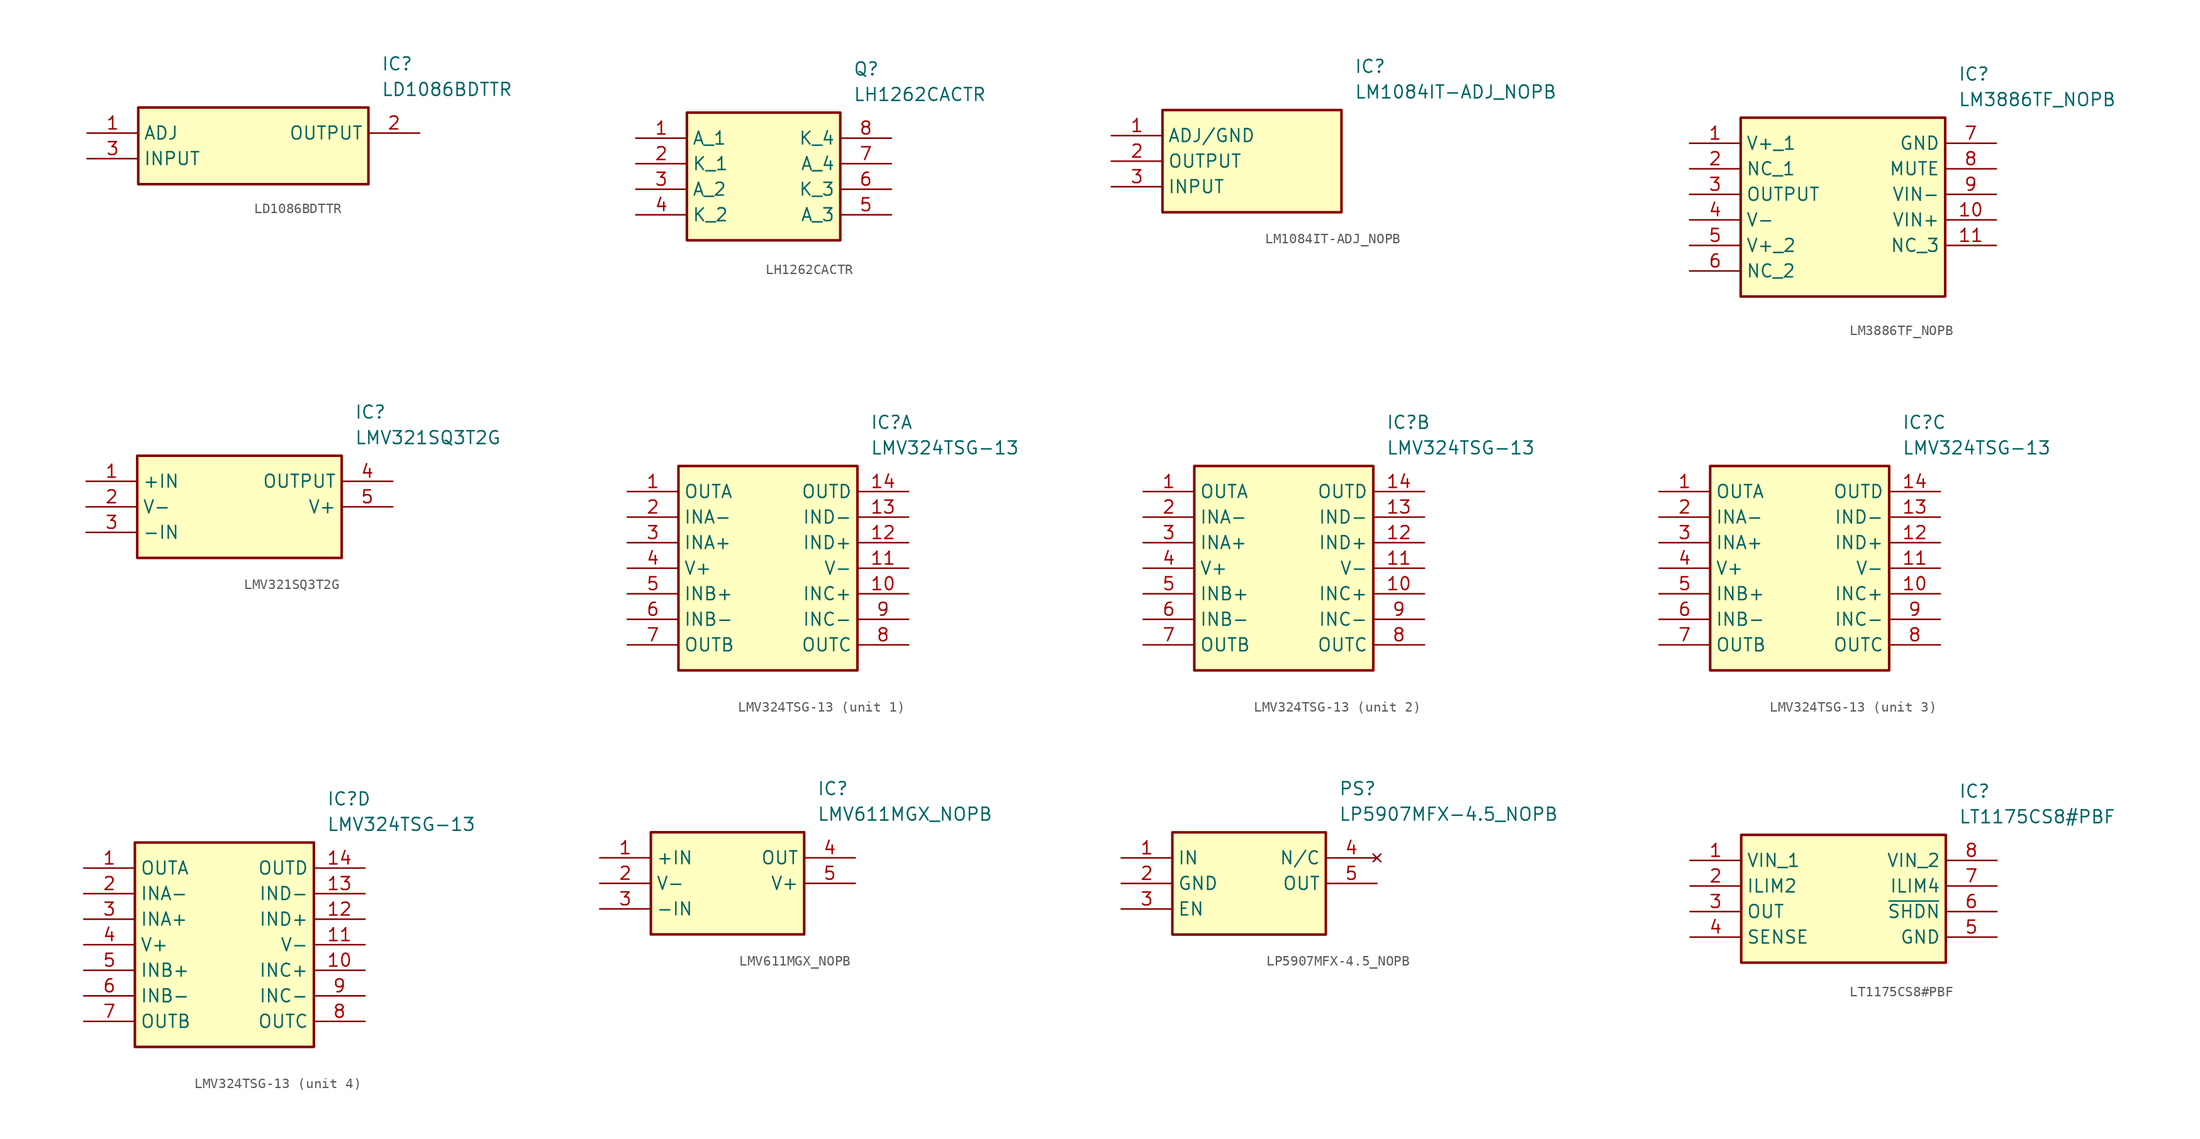
<source format=kicad_sym>
(kicad_symbol_lib
  (version 20241209)
  (generator "kicad_symbol_editor")
  (generator_version "9.0")
  (symbol "LD1086BDTTR"
    (property "Reference" "IC"
      (at 29.21 7.62 0)
      (effects (font (size 1.27 1.27)) (justify left top)))
    (property "Value" "LD1086BDTTR"
      (at 29.21 5.08 0)
      (effects (font (size 1.27 1.27)) (justify left top)))
    (symbol "LD1086BDTTR_1_1"
      (rectangle (start 5.08 2.54) (end 27.94 -5.08) (stroke (width 0.254) (type default)) (fill (type background)))
      (pin passive line (at 0 0 0) (length 5.08) (name "ADJ" (effects (font (size 1.27 1.27)))) (number "1" (effects (font (size 1.27 1.27)))))
      (pin passive line (at 0 -2.54 0) (length 5.08) (name "INPUT" (effects (font (size 1.27 1.27)))) (number "3" (effects (font (size 1.27 1.27)))))
      (pin passive line (at 33.02 0 180) (length 5.08) (name "OUTPUT" (effects (font (size 1.27 1.27)))) (number "2" (effects (font (size 1.27 1.27)))))))
  (symbol "LH1262CACTR"
    (property "Reference" "Q"
      (at 21.59 7.62 0)
      (effects (font (size 1.27 1.27)) (justify left top)))
    (property "Value" "LH1262CACTR"
      (at 21.59 5.08 0)
      (effects (font (size 1.27 1.27)) (justify left top)))
    (symbol "LH1262CACTR_1_1"
      (rectangle (start 5.08 2.54) (end 20.32 -10.16) (stroke (width 0.254) (type default)) (fill (type background)))
      (pin passive line (at 0 0 0) (length 5.08) (name "A_1" (effects (font (size 1.27 1.27)))) (number "1" (effects (font (size 1.27 1.27)))))
      (pin passive line (at 0 -2.54 0) (length 5.08) (name "K_1" (effects (font (size 1.27 1.27)))) (number "2" (effects (font (size 1.27 1.27)))))
      (pin passive line (at 0 -5.08 0) (length 5.08) (name "A_2" (effects (font (size 1.27 1.27)))) (number "3" (effects (font (size 1.27 1.27)))))
      (pin passive line (at 0 -7.62 0) (length 5.08) (name "K_2" (effects (font (size 1.27 1.27)))) (number "4" (effects (font (size 1.27 1.27)))))
      (pin passive line (at 25.4 0 180) (length 5.08) (name "K_4" (effects (font (size 1.27 1.27)))) (number "8" (effects (font (size 1.27 1.27)))))
      (pin passive line (at 25.4 -2.54 180) (length 5.08) (name "A_4" (effects (font (size 1.27 1.27)))) (number "7" (effects (font (size 1.27 1.27)))))
      (pin passive line (at 25.4 -5.08 180) (length 5.08) (name "K_3" (effects (font (size 1.27 1.27)))) (number "6" (effects (font (size 1.27 1.27)))))
      (pin passive line (at 25.4 -7.62 180) (length 5.08) (name "A_3" (effects (font (size 1.27 1.27)))) (number "5" (effects (font (size 1.27 1.27)))))))
  (symbol "LM1084IT-ADJ_NOPB"
    (property "Reference" "IC"
      (at 24.13 7.62 0)
      (effects (font (size 1.27 1.27)) (justify left top)))
    (property "Value" "LM1084IT-ADJ_NOPB"
      (at 24.13 5.08 0)
      (effects (font (size 1.27 1.27)) (justify left top)))
    (symbol "LM1084IT-ADJ_NOPB_1_1"
      (rectangle (start 5.08 2.54) (end 22.86 -7.62) (stroke (width 0.254) (type default)) (fill (type background)))
      (pin passive line (at 0 0 0) (length 5.08) (name "ADJ/GND" (effects (font (size 1.27 1.27)))) (number "1" (effects (font (size 1.27 1.27)))))
      (pin passive line (at 0 -2.54 0) (length 5.08) (name "OUTPUT" (effects (font (size 1.27 1.27)))) (number "2" (effects (font (size 1.27 1.27)))))
      (pin passive line (at 0 -5.08 0) (length 5.08) (name "INPUT" (effects (font (size 1.27 1.27)))) (number "3" (effects (font (size 1.27 1.27)))))))
  (symbol "LM3886TF_NOPB"
    (property "Reference" "IC"
      (at 26.67 7.62 0)
      (effects (font (size 1.27 1.27)) (justify left top)))
    (property "Value" "LM3886TF_NOPB"
      (at 26.67 5.08 0)
      (effects (font (size 1.27 1.27)) (justify left top)))
    (symbol "LM3886TF_NOPB_1_1"
      (rectangle (start 5.08 2.54) (end 25.4 -15.24) (stroke (width 0.254) (type default)) (fill (type background)))
      (pin passive line (at 0 0 0) (length 5.08) (name "V+_1" (effects (font (size 1.27 1.27)))) (number "1" (effects (font (size 1.27 1.27)))))
      (pin passive line (at 0 -2.54 0) (length 5.08) (name "NC_1" (effects (font (size 1.27 1.27)))) (number "2" (effects (font (size 1.27 1.27)))))
      (pin passive line (at 0 -5.08 0) (length 5.08) (name "OUTPUT" (effects (font (size 1.27 1.27)))) (number "3" (effects (font (size 1.27 1.27)))))
      (pin passive line (at 0 -7.62 0) (length 5.08) (name "V-" (effects (font (size 1.27 1.27)))) (number "4" (effects (font (size 1.27 1.27)))))
      (pin passive line (at 0 -10.16 0) (length 5.08) (name "V+_2" (effects (font (size 1.27 1.27)))) (number "5" (effects (font (size 1.27 1.27)))))
      (pin passive line (at 0 -12.7 0) (length 5.08) (name "NC_2" (effects (font (size 1.27 1.27)))) (number "6" (effects (font (size 1.27 1.27)))))
      (pin passive line (at 30.48 0 180) (length 5.08) (name "GND" (effects (font (size 1.27 1.27)))) (number "7" (effects (font (size 1.27 1.27)))))
      (pin passive line (at 30.48 -2.54 180) (length 5.08) (name "MUTE" (effects (font (size 1.27 1.27)))) (number "8" (effects (font (size 1.27 1.27)))))
      (pin passive line (at 30.48 -5.08 180) (length 5.08) (name "VIN-" (effects (font (size 1.27 1.27)))) (number "9" (effects (font (size 1.27 1.27)))))
      (pin passive line (at 30.48 -7.62 180) (length 5.08) (name "VIN+" (effects (font (size 1.27 1.27)))) (number "10" (effects (font (size 1.27 1.27)))))
      (pin passive line (at 30.48 -10.16 180) (length 5.08) (name "NC_3" (effects (font (size 1.27 1.27)))) (number "11" (effects (font (size 1.27 1.27)))))))
  (symbol "LMV321SQ3T2G"
    (property "Reference" "IC"
      (at 26.67 7.62 0)
      (effects (font (size 1.27 1.27)) (justify left top)))
    (property "Value" "LMV321SQ3T2G"
      (at 26.67 5.08 0)
      (effects (font (size 1.27 1.27)) (justify left top)))
    (symbol "LMV321SQ3T2G_1_1"
      (rectangle (start 5.08 2.54) (end 25.4 -7.62) (stroke (width 0.254) (type default)) (fill (type background)))
      (pin passive line (at 0 0 0) (length 5.08) (name "+IN" (effects (font (size 1.27 1.27)))) (number "1" (effects (font (size 1.27 1.27)))))
      (pin passive line (at 0 -2.54 0) (length 5.08) (name "V-" (effects (font (size 1.27 1.27)))) (number "2" (effects (font (size 1.27 1.27)))))
      (pin passive line (at 0 -5.08 0) (length 5.08) (name "-IN" (effects (font (size 1.27 1.27)))) (number "3" (effects (font (size 1.27 1.27)))))
      (pin passive line (at 30.48 0 180) (length 5.08) (name "OUTPUT" (effects (font (size 1.27 1.27)))) (number "4" (effects (font (size 1.27 1.27)))))
      (pin passive line (at 30.48 -2.54 180) (length 5.08) (name "V+" (effects (font (size 1.27 1.27)))) (number "5" (effects (font (size 1.27 1.27)))))))
  (symbol "LMV324TSG-13"
    (property "Reference" "IC"
      (at 24.13 7.62 0)
      (effects (font (size 1.27 1.27)) (justify left top)))
    (property "Value" "LMV324TSG-13"
      (at 24.13 5.08 0)
      (effects (font (size 1.27 1.27)) (justify left top)))
    (symbol "LMV324TSG-13_1_1"
      (rectangle (start 5.08 2.54) (end 22.86 -17.78) (stroke (width 0.254) (type default)) (fill (type background)))
      (pin passive line (at 0 0 0) (length 5.08) (name "OUTA" (effects (font (size 1.27 1.27)))) (number "1" (effects (font (size 1.27 1.27)))))
      (pin passive line (at 0 -2.54 0) (length 5.08) (name "INA-" (effects (font (size 1.27 1.27)))) (number "2" (effects (font (size 1.27 1.27)))))
      (pin passive line (at 0 -5.08 0) (length 5.08) (name "INA+" (effects (font (size 1.27 1.27)))) (number "3" (effects (font (size 1.27 1.27)))))
      (pin passive line (at 0 -7.62 0) (length 5.08) (name "V+" (effects (font (size 1.27 1.27)))) (number "4" (effects (font (size 1.27 1.27)))))
      (pin passive line (at 0 -10.16 0) (length 5.08) (name "INB+" (effects (font (size 1.27 1.27)))) (number "5" (effects (font (size 1.27 1.27)))))
      (pin passive line (at 0 -12.7 0) (length 5.08) (name "INB-" (effects (font (size 1.27 1.27)))) (number "6" (effects (font (size 1.27 1.27)))))
      (pin passive line (at 0 -15.24 0) (length 5.08) (name "OUTB" (effects (font (size 1.27 1.27)))) (number "7" (effects (font (size 1.27 1.27)))))
      (pin passive line (at 27.94 0 180) (length 5.08) (name "OUTD" (effects (font (size 1.27 1.27)))) (number "14" (effects (font (size 1.27 1.27)))))
      (pin passive line (at 27.94 -2.54 180) (length 5.08) (name "IND-" (effects (font (size 1.27 1.27)))) (number "13" (effects (font (size 1.27 1.27)))))
      (pin passive line (at 27.94 -5.08 180) (length 5.08) (name "IND+" (effects (font (size 1.27 1.27)))) (number "12" (effects (font (size 1.27 1.27)))))
      (pin passive line (at 27.94 -7.62 180) (length 5.08) (name "V-" (effects (font (size 1.27 1.27)))) (number "11" (effects (font (size 1.27 1.27)))))
      (pin passive line (at 27.94 -10.16 180) (length 5.08) (name "INC+" (effects (font (size 1.27 1.27)))) (number "10" (effects (font (size 1.27 1.27)))))
      (pin passive line (at 27.94 -12.7 180) (length 5.08) (name "INC-" (effects (font (size 1.27 1.27)))) (number "9" (effects (font (size 1.27 1.27)))))
      (pin passive line (at 27.94 -15.24 180) (length 5.08) (name "OUTC" (effects (font (size 1.27 1.27)))) (number "8" (effects (font (size 1.27 1.27))))))
    (symbol "LMV324TSG-13_2_1"
      (rectangle (start 5.08 2.54) (end 22.86 -17.78) (stroke (width 0.254) (type default)) (fill (type background)))
      (pin passive line (at 0 0 0) (length 5.08) (name "OUTA" (effects (font (size 1.27 1.27)))) (number "1" (effects (font (size 1.27 1.27)))))
      (pin passive line (at 0 -2.54 0) (length 5.08) (name "INA-" (effects (font (size 1.27 1.27)))) (number "2" (effects (font (size 1.27 1.27)))))
      (pin passive line (at 0 -5.08 0) (length 5.08) (name "INA+" (effects (font (size 1.27 1.27)))) (number "3" (effects (font (size 1.27 1.27)))))
      (pin passive line (at 0 -7.62 0) (length 5.08) (name "V+" (effects (font (size 1.27 1.27)))) (number "4" (effects (font (size 1.27 1.27)))))
      (pin passive line (at 0 -10.16 0) (length 5.08) (name "INB+" (effects (font (size 1.27 1.27)))) (number "5" (effects (font (size 1.27 1.27)))))
      (pin passive line (at 0 -12.7 0) (length 5.08) (name "INB-" (effects (font (size 1.27 1.27)))) (number "6" (effects (font (size 1.27 1.27)))))
      (pin passive line (at 0 -15.24 0) (length 5.08) (name "OUTB" (effects (font (size 1.27 1.27)))) (number "7" (effects (font (size 1.27 1.27)))))
      (pin passive line (at 27.94 0 180) (length 5.08) (name "OUTD" (effects (font (size 1.27 1.27)))) (number "14" (effects (font (size 1.27 1.27)))))
      (pin passive line (at 27.94 -2.54 180) (length 5.08) (name "IND-" (effects (font (size 1.27 1.27)))) (number "13" (effects (font (size 1.27 1.27)))))
      (pin passive line (at 27.94 -5.08 180) (length 5.08) (name "IND+" (effects (font (size 1.27 1.27)))) (number "12" (effects (font (size 1.27 1.27)))))
      (pin passive line (at 27.94 -7.62 180) (length 5.08) (name "V-" (effects (font (size 1.27 1.27)))) (number "11" (effects (font (size 1.27 1.27)))))
      (pin passive line (at 27.94 -10.16 180) (length 5.08) (name "INC+" (effects (font (size 1.27 1.27)))) (number "10" (effects (font (size 1.27 1.27)))))
      (pin passive line (at 27.94 -12.7 180) (length 5.08) (name "INC-" (effects (font (size 1.27 1.27)))) (number "9" (effects (font (size 1.27 1.27)))))
      (pin passive line (at 27.94 -15.24 180) (length 5.08) (name "OUTC" (effects (font (size 1.27 1.27)))) (number "8" (effects (font (size 1.27 1.27))))))
    (symbol "LMV324TSG-13_3_1"
      (rectangle (start 5.08 2.54) (end 22.86 -17.78) (stroke (width 0.254) (type default)) (fill (type background)))
      (pin passive line (at 0 0 0) (length 5.08) (name "OUTA" (effects (font (size 1.27 1.27)))) (number "1" (effects (font (size 1.27 1.27)))))
      (pin passive line (at 0 -2.54 0) (length 5.08) (name "INA-" (effects (font (size 1.27 1.27)))) (number "2" (effects (font (size 1.27 1.27)))))
      (pin passive line (at 0 -5.08 0) (length 5.08) (name "INA+" (effects (font (size 1.27 1.27)))) (number "3" (effects (font (size 1.27 1.27)))))
      (pin passive line (at 0 -7.62 0) (length 5.08) (name "V+" (effects (font (size 1.27 1.27)))) (number "4" (effects (font (size 1.27 1.27)))))
      (pin passive line (at 0 -10.16 0) (length 5.08) (name "INB+" (effects (font (size 1.27 1.27)))) (number "5" (effects (font (size 1.27 1.27)))))
      (pin passive line (at 0 -12.7 0) (length 5.08) (name "INB-" (effects (font (size 1.27 1.27)))) (number "6" (effects (font (size 1.27 1.27)))))
      (pin passive line (at 0 -15.24 0) (length 5.08) (name "OUTB" (effects (font (size 1.27 1.27)))) (number "7" (effects (font (size 1.27 1.27)))))
      (pin passive line (at 27.94 0 180) (length 5.08) (name "OUTD" (effects (font (size 1.27 1.27)))) (number "14" (effects (font (size 1.27 1.27)))))
      (pin passive line (at 27.94 -2.54 180) (length 5.08) (name "IND-" (effects (font (size 1.27 1.27)))) (number "13" (effects (font (size 1.27 1.27)))))
      (pin passive line (at 27.94 -5.08 180) (length 5.08) (name "IND+" (effects (font (size 1.27 1.27)))) (number "12" (effects (font (size 1.27 1.27)))))
      (pin passive line (at 27.94 -7.62 180) (length 5.08) (name "V-" (effects (font (size 1.27 1.27)))) (number "11" (effects (font (size 1.27 1.27)))))
      (pin passive line (at 27.94 -10.16 180) (length 5.08) (name "INC+" (effects (font (size 1.27 1.27)))) (number "10" (effects (font (size 1.27 1.27)))))
      (pin passive line (at 27.94 -12.7 180) (length 5.08) (name "INC-" (effects (font (size 1.27 1.27)))) (number "9" (effects (font (size 1.27 1.27)))))
      (pin passive line (at 27.94 -15.24 180) (length 5.08) (name "OUTC" (effects (font (size 1.27 1.27)))) (number "8" (effects (font (size 1.27 1.27))))))
    (symbol "LMV324TSG-13_4_1"
      (rectangle (start 5.08 2.54) (end 22.86 -17.78) (stroke (width 0.254) (type default)) (fill (type background)))
      (pin passive line (at 0 0 0) (length 5.08) (name "OUTA" (effects (font (size 1.27 1.27)))) (number "1" (effects (font (size 1.27 1.27)))))
      (pin passive line (at 0 -2.54 0) (length 5.08) (name "INA-" (effects (font (size 1.27 1.27)))) (number "2" (effects (font (size 1.27 1.27)))))
      (pin passive line (at 0 -5.08 0) (length 5.08) (name "INA+" (effects (font (size 1.27 1.27)))) (number "3" (effects (font (size 1.27 1.27)))))
      (pin passive line (at 0 -7.62 0) (length 5.08) (name "V+" (effects (font (size 1.27 1.27)))) (number "4" (effects (font (size 1.27 1.27)))))
      (pin passive line (at 0 -10.16 0) (length 5.08) (name "INB+" (effects (font (size 1.27 1.27)))) (number "5" (effects (font (size 1.27 1.27)))))
      (pin passive line (at 0 -12.7 0) (length 5.08) (name "INB-" (effects (font (size 1.27 1.27)))) (number "6" (effects (font (size 1.27 1.27)))))
      (pin passive line (at 0 -15.24 0) (length 5.08) (name "OUTB" (effects (font (size 1.27 1.27)))) (number "7" (effects (font (size 1.27 1.27)))))
      (pin passive line (at 27.94 0 180) (length 5.08) (name "OUTD" (effects (font (size 1.27 1.27)))) (number "14" (effects (font (size 1.27 1.27)))))
      (pin passive line (at 27.94 -2.54 180) (length 5.08) (name "IND-" (effects (font (size 1.27 1.27)))) (number "13" (effects (font (size 1.27 1.27)))))
      (pin passive line (at 27.94 -5.08 180) (length 5.08) (name "IND+" (effects (font (size 1.27 1.27)))) (number "12" (effects (font (size 1.27 1.27)))))
      (pin passive line (at 27.94 -7.62 180) (length 5.08) (name "V-" (effects (font (size 1.27 1.27)))) (number "11" (effects (font (size 1.27 1.27)))))
      (pin passive line (at 27.94 -10.16 180) (length 5.08) (name "INC+" (effects (font (size 1.27 1.27)))) (number "10" (effects (font (size 1.27 1.27)))))
      (pin passive line (at 27.94 -12.7 180) (length 5.08) (name "INC-" (effects (font (size 1.27 1.27)))) (number "9" (effects (font (size 1.27 1.27)))))
      (pin passive line (at 27.94 -15.24 180) (length 5.08) (name "OUTC" (effects (font (size 1.27 1.27)))) (number "8" (effects (font (size 1.27 1.27)))))))
  (symbol "LMV611MGX_NOPB"
    (property "Reference" "IC"
      (at 21.59 7.62 0)
      (effects (font (size 1.27 1.27)) (justify left top)))
    (property "Value" "LMV611MGX_NOPB"
      (at 21.59 5.08 0)
      (effects (font (size 1.27 1.27)) (justify left top)))
    (symbol "LMV611MGX_NOPB_1_1"
      (rectangle (start 5.08 2.54) (end 20.32 -7.62) (stroke (width 0.254) (type default)) (fill (type background)))
      (pin passive line (at 0 0 0) (length 5.08) (name "+IN" (effects (font (size 1.27 1.27)))) (number "1" (effects (font (size 1.27 1.27)))))
      (pin power_in line (at 0 -2.54 0) (length 5.08) (name "V-" (effects (font (size 1.27 1.27)))) (number "2" (effects (font (size 1.27 1.27)))))
      (pin passive line (at 0 -5.08 0) (length 5.08) (name "-IN" (effects (font (size 1.27 1.27)))) (number "3" (effects (font (size 1.27 1.27)))))
      (pin passive line (at 25.4 0 180) (length 5.08) (name "OUT" (effects (font (size 1.27 1.27)))) (number "4" (effects (font (size 1.27 1.27)))))
      (pin power_in line (at 25.4 -2.54 180) (length 5.08) (name "V+" (effects (font (size 1.27 1.27)))) (number "5" (effects (font (size 1.27 1.27)))))))
  (symbol "LP5907MFX-4.5_NOPB"
    (property "Reference" "PS"
      (at 21.59 7.62 0)
      (effects (font (size 1.27 1.27)) (justify left top)))
    (property "Value" "LP5907MFX-4.5_NOPB"
      (at 21.59 5.08 0)
      (effects (font (size 1.27 1.27)) (justify left top)))
    (symbol "LP5907MFX-4.5_NOPB_1_1"
      (rectangle (start 5.08 2.54) (end 20.32 -7.62) (stroke (width 0.254) (type default)) (fill (type background)))
      (pin input line (at 0 0 0) (length 5.08) (name "IN" (effects (font (size 1.27 1.27)))) (number "1" (effects (font (size 1.27 1.27)))))
      (pin power_in line (at 0 -2.54 0) (length 5.08) (name "GND" (effects (font (size 1.27 1.27)))) (number "2" (effects (font (size 1.27 1.27)))))
      (pin input line (at 0 -5.08 0) (length 5.08) (name "EN" (effects (font (size 1.27 1.27)))) (number "3" (effects (font (size 1.27 1.27)))))
      (pin no_connect line (at 25.4 0 180) (length 5.08) (name "N/C" (effects (font (size 1.27 1.27)))) (number "4" (effects (font (size 1.27 1.27)))))
      (pin output line (at 25.4 -2.54 180) (length 5.08) (name "OUT" (effects (font (size 1.27 1.27)))) (number "5" (effects (font (size 1.27 1.27)))))))
  (symbol "LT1175CS8#PBF"
    (property "Reference" "IC"
      (at 26.67 7.62 0)
      (effects (font (size 1.27 1.27)) (justify left top)))
    (property "Value" "LT1175CS8#PBF"
      (at 26.67 5.08 0)
      (effects (font (size 1.27 1.27)) (justify left top)))
    (symbol "LT1175CS8#PBF_1_1"
      (rectangle (start 5.08 2.54) (end 25.4 -10.16) (stroke (width 0.254) (type default)) (fill (type background)))
      (pin input line (at 0 0 0) (length 5.08) (name "VIN_1" (effects (font (size 1.27 1.27)))) (number "1" (effects (font (size 1.27 1.27)))))
      (pin passive line (at 0 -2.54 0) (length 5.08) (name "ILIM2" (effects (font (size 1.27 1.27)))) (number "2" (effects (font (size 1.27 1.27)))))
      (pin output line (at 0 -5.08 0) (length 5.08) (name "OUT" (effects (font (size 1.27 1.27)))) (number "3" (effects (font (size 1.27 1.27)))))
      (pin passive line (at 0 -7.62 0) (length 5.08) (name "SENSE" (effects (font (size 1.27 1.27)))) (number "4" (effects (font (size 1.27 1.27)))))
      (pin input line (at 30.48 0 180) (length 5.08) (name "VIN_2" (effects (font (size 1.27 1.27)))) (number "8" (effects (font (size 1.27 1.27)))))
      (pin passive line (at 30.48 -2.54 180) (length 5.08) (name "ILIM4" (effects (font (size 1.27 1.27)))) (number "7" (effects (font (size 1.27 1.27)))))
      (pin passive line (at 30.48 -5.08 180) (length 5.08) (name "~{SHDN}" (effects (font (size 1.27 1.27)))) (number "6" (effects (font (size 1.27 1.27)))))
      (pin power_in line (at 30.48 -7.62 180) (length 5.08) (name "GND" (effects (font (size 1.27 1.27)))) (number "5" (effects (font (size 1.27 1.27))))))))
</source>
